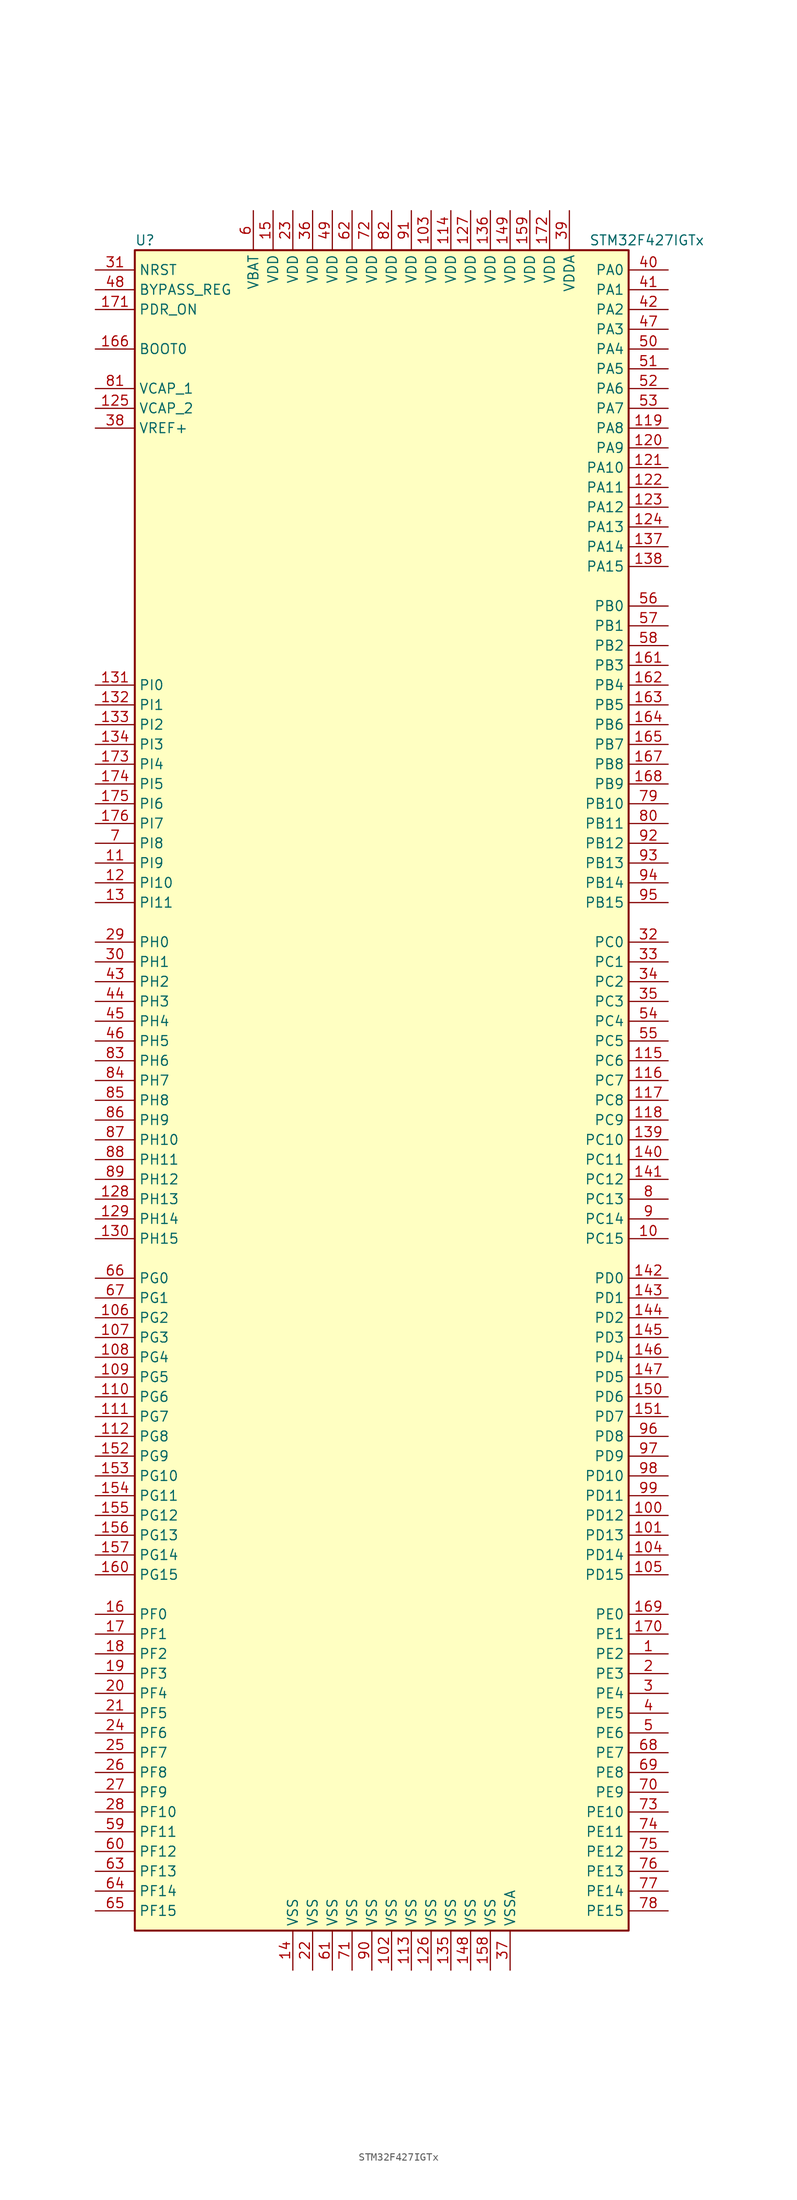
<source format=kicad_sym>
(kicad_symbol_lib
  (version 20201005)
  (generator kicad_symbol_editor)
  (symbol "STM32F427IGTx"
    (property "Reference" "U"
      (at -33.02 107.95 0)
      (effects (font (size 1.27 1.27)) (justify left)))
    (property "Value" "STM32F427IGTx"
      (at 25.4 107.95 0)
      (effects (font (size 1.27 1.27)) (justify left)))
    (symbol "STM32F427IGTx_0_1"
      (rectangle (start -33.02 -109.22) (end 30.48 106.68) (stroke (width 0.254)) (fill (type background))))
    (symbol "STM32F427IGTx_1_1"
      (pin input line (at -38.1 93.98 0) (length 5.08) (name "BOOT0" (effects (font (size 1.27 1.27)))) (number "166" (effects (font (size 1.27 1.27)))))
      (pin input line (at -38.1 101.6 0) (length 5.08) (name "BYPASS_REG" (effects (font (size 1.27 1.27)))) (number "48" (effects (font (size 1.27 1.27)))))
      (pin input line (at -38.1 104.14 0) (length 5.08) (name "NRST" (effects (font (size 1.27 1.27)))) (number "31" (effects (font (size 1.27 1.27)))))
      (pin bidirectional line (at 35.56 104.14 180) (length 5.08) (name "PA0" (effects (font (size 1.27 1.27)))) (number "40" (effects (font (size 1.27 1.27)))))
      (pin bidirectional line (at 35.56 101.6 180) (length 5.08) (name "PA1" (effects (font (size 1.27 1.27)))) (number "41" (effects (font (size 1.27 1.27)))))
      (pin bidirectional line (at 35.56 78.74 180) (length 5.08) (name "PA10" (effects (font (size 1.27 1.27)))) (number "121" (effects (font (size 1.27 1.27)))))
      (pin bidirectional line (at 35.56 76.2 180) (length 5.08) (name "PA11" (effects (font (size 1.27 1.27)))) (number "122" (effects (font (size 1.27 1.27)))))
      (pin bidirectional line (at 35.56 73.66 180) (length 5.08) (name "PA12" (effects (font (size 1.27 1.27)))) (number "123" (effects (font (size 1.27 1.27)))))
      (pin bidirectional line (at 35.56 71.12 180) (length 5.08) (name "PA13" (effects (font (size 1.27 1.27)))) (number "124" (effects (font (size 1.27 1.27)))))
      (pin bidirectional line (at 35.56 68.58 180) (length 5.08) (name "PA14" (effects (font (size 1.27 1.27)))) (number "137" (effects (font (size 1.27 1.27)))))
      (pin bidirectional line (at 35.56 66.04 180) (length 5.08) (name "PA15" (effects (font (size 1.27 1.27)))) (number "138" (effects (font (size 1.27 1.27)))))
      (pin bidirectional line (at 35.56 99.06 180) (length 5.08) (name "PA2" (effects (font (size 1.27 1.27)))) (number "42" (effects (font (size 1.27 1.27)))))
      (pin bidirectional line (at 35.56 96.52 180) (length 5.08) (name "PA3" (effects (font (size 1.27 1.27)))) (number "47" (effects (font (size 1.27 1.27)))))
      (pin bidirectional line (at 35.56 93.98 180) (length 5.08) (name "PA4" (effects (font (size 1.27 1.27)))) (number "50" (effects (font (size 1.27 1.27)))))
      (pin bidirectional line (at 35.56 91.44 180) (length 5.08) (name "PA5" (effects (font (size 1.27 1.27)))) (number "51" (effects (font (size 1.27 1.27)))))
      (pin bidirectional line (at 35.56 88.9 180) (length 5.08) (name "PA6" (effects (font (size 1.27 1.27)))) (number "52" (effects (font (size 1.27 1.27)))))
      (pin bidirectional line (at 35.56 86.36 180) (length 5.08) (name "PA7" (effects (font (size 1.27 1.27)))) (number "53" (effects (font (size 1.27 1.27)))))
      (pin bidirectional line (at 35.56 83.82 180) (length 5.08) (name "PA8" (effects (font (size 1.27 1.27)))) (number "119" (effects (font (size 1.27 1.27)))))
      (pin bidirectional line (at 35.56 81.28 180) (length 5.08) (name "PA9" (effects (font (size 1.27 1.27)))) (number "120" (effects (font (size 1.27 1.27)))))
      (pin bidirectional line (at 35.56 60.96 180) (length 5.08) (name "PB0" (effects (font (size 1.27 1.27)))) (number "56" (effects (font (size 1.27 1.27)))))
      (pin bidirectional line (at 35.56 58.42 180) (length 5.08) (name "PB1" (effects (font (size 1.27 1.27)))) (number "57" (effects (font (size 1.27 1.27)))))
      (pin bidirectional line (at 35.56 35.56 180) (length 5.08) (name "PB10" (effects (font (size 1.27 1.27)))) (number "79" (effects (font (size 1.27 1.27)))))
      (pin bidirectional line (at 35.56 33.02 180) (length 5.08) (name "PB11" (effects (font (size 1.27 1.27)))) (number "80" (effects (font (size 1.27 1.27)))))
      (pin bidirectional line (at 35.56 30.48 180) (length 5.08) (name "PB12" (effects (font (size 1.27 1.27)))) (number "92" (effects (font (size 1.27 1.27)))))
      (pin bidirectional line (at 35.56 27.94 180) (length 5.08) (name "PB13" (effects (font (size 1.27 1.27)))) (number "93" (effects (font (size 1.27 1.27)))))
      (pin bidirectional line (at 35.56 25.4 180) (length 5.08) (name "PB14" (effects (font (size 1.27 1.27)))) (number "94" (effects (font (size 1.27 1.27)))))
      (pin bidirectional line (at 35.56 22.86 180) (length 5.08) (name "PB15" (effects (font (size 1.27 1.27)))) (number "95" (effects (font (size 1.27 1.27)))))
      (pin bidirectional line (at 35.56 55.88 180) (length 5.08) (name "PB2" (effects (font (size 1.27 1.27)))) (number "58" (effects (font (size 1.27 1.27)))))
      (pin bidirectional line (at 35.56 53.34 180) (length 5.08) (name "PB3" (effects (font (size 1.27 1.27)))) (number "161" (effects (font (size 1.27 1.27)))))
      (pin bidirectional line (at 35.56 50.8 180) (length 5.08) (name "PB4" (effects (font (size 1.27 1.27)))) (number "162" (effects (font (size 1.27 1.27)))))
      (pin bidirectional line (at 35.56 48.26 180) (length 5.08) (name "PB5" (effects (font (size 1.27 1.27)))) (number "163" (effects (font (size 1.27 1.27)))))
      (pin bidirectional line (at 35.56 45.72 180) (length 5.08) (name "PB6" (effects (font (size 1.27 1.27)))) (number "164" (effects (font (size 1.27 1.27)))))
      (pin bidirectional line (at 35.56 43.18 180) (length 5.08) (name "PB7" (effects (font (size 1.27 1.27)))) (number "165" (effects (font (size 1.27 1.27)))))
      (pin bidirectional line (at 35.56 40.64 180) (length 5.08) (name "PB8" (effects (font (size 1.27 1.27)))) (number "167" (effects (font (size 1.27 1.27)))))
      (pin bidirectional line (at 35.56 38.1 180) (length 5.08) (name "PB9" (effects (font (size 1.27 1.27)))) (number "168" (effects (font (size 1.27 1.27)))))
      (pin bidirectional line (at 35.56 17.78 180) (length 5.08) (name "PC0" (effects (font (size 1.27 1.27)))) (number "32" (effects (font (size 1.27 1.27)))))
      (pin bidirectional line (at 35.56 15.24 180) (length 5.08) (name "PC1" (effects (font (size 1.27 1.27)))) (number "33" (effects (font (size 1.27 1.27)))))
      (pin bidirectional line (at 35.56 -7.62 180) (length 5.08) (name "PC10" (effects (font (size 1.27 1.27)))) (number "139" (effects (font (size 1.27 1.27)))))
      (pin bidirectional line (at 35.56 -10.16 180) (length 5.08) (name "PC11" (effects (font (size 1.27 1.27)))) (number "140" (effects (font (size 1.27 1.27)))))
      (pin bidirectional line (at 35.56 -12.7 180) (length 5.08) (name "PC12" (effects (font (size 1.27 1.27)))) (number "141" (effects (font (size 1.27 1.27)))))
      (pin bidirectional line (at 35.56 -15.24 180) (length 5.08) (name "PC13" (effects (font (size 1.27 1.27)))) (number "8" (effects (font (size 1.27 1.27)))))
      (pin bidirectional line (at 35.56 -17.78 180) (length 5.08) (name "PC14" (effects (font (size 1.27 1.27)))) (number "9" (effects (font (size 1.27 1.27)))))
      (pin bidirectional line (at 35.56 -20.32 180) (length 5.08) (name "PC15" (effects (font (size 1.27 1.27)))) (number "10" (effects (font (size 1.27 1.27)))))
      (pin bidirectional line (at 35.56 12.7 180) (length 5.08) (name "PC2" (effects (font (size 1.27 1.27)))) (number "34" (effects (font (size 1.27 1.27)))))
      (pin bidirectional line (at 35.56 10.16 180) (length 5.08) (name "PC3" (effects (font (size 1.27 1.27)))) (number "35" (effects (font (size 1.27 1.27)))))
      (pin bidirectional line (at 35.56 7.62 180) (length 5.08) (name "PC4" (effects (font (size 1.27 1.27)))) (number "54" (effects (font (size 1.27 1.27)))))
      (pin bidirectional line (at 35.56 5.08 180) (length 5.08) (name "PC5" (effects (font (size 1.27 1.27)))) (number "55" (effects (font (size 1.27 1.27)))))
      (pin bidirectional line (at 35.56 2.54 180) (length 5.08) (name "PC6" (effects (font (size 1.27 1.27)))) (number "115" (effects (font (size 1.27 1.27)))))
      (pin bidirectional line (at 35.56 0 180) (length 5.08) (name "PC7" (effects (font (size 1.27 1.27)))) (number "116" (effects (font (size 1.27 1.27)))))
      (pin bidirectional line (at 35.56 -2.54 180) (length 5.08) (name "PC8" (effects (font (size 1.27 1.27)))) (number "117" (effects (font (size 1.27 1.27)))))
      (pin bidirectional line (at 35.56 -5.08 180) (length 5.08) (name "PC9" (effects (font (size 1.27 1.27)))) (number "118" (effects (font (size 1.27 1.27)))))
      (pin bidirectional line (at 35.56 -25.4 180) (length 5.08) (name "PD0" (effects (font (size 1.27 1.27)))) (number "142" (effects (font (size 1.27 1.27)))))
      (pin bidirectional line (at 35.56 -27.94 180) (length 5.08) (name "PD1" (effects (font (size 1.27 1.27)))) (number "143" (effects (font (size 1.27 1.27)))))
      (pin bidirectional line (at 35.56 -50.8 180) (length 5.08) (name "PD10" (effects (font (size 1.27 1.27)))) (number "98" (effects (font (size 1.27 1.27)))))
      (pin bidirectional line (at 35.56 -53.34 180) (length 5.08) (name "PD11" (effects (font (size 1.27 1.27)))) (number "99" (effects (font (size 1.27 1.27)))))
      (pin bidirectional line (at 35.56 -55.88 180) (length 5.08) (name "PD12" (effects (font (size 1.27 1.27)))) (number "100" (effects (font (size 1.27 1.27)))))
      (pin bidirectional line (at 35.56 -58.42 180) (length 5.08) (name "PD13" (effects (font (size 1.27 1.27)))) (number "101" (effects (font (size 1.27 1.27)))))
      (pin bidirectional line (at 35.56 -60.96 180) (length 5.08) (name "PD14" (effects (font (size 1.27 1.27)))) (number "104" (effects (font (size 1.27 1.27)))))
      (pin bidirectional line (at 35.56 -63.5 180) (length 5.08) (name "PD15" (effects (font (size 1.27 1.27)))) (number "105" (effects (font (size 1.27 1.27)))))
      (pin bidirectional line (at 35.56 -30.48 180) (length 5.08) (name "PD2" (effects (font (size 1.27 1.27)))) (number "144" (effects (font (size 1.27 1.27)))))
      (pin bidirectional line (at 35.56 -33.02 180) (length 5.08) (name "PD3" (effects (font (size 1.27 1.27)))) (number "145" (effects (font (size 1.27 1.27)))))
      (pin bidirectional line (at 35.56 -35.56 180) (length 5.08) (name "PD4" (effects (font (size 1.27 1.27)))) (number "146" (effects (font (size 1.27 1.27)))))
      (pin bidirectional line (at 35.56 -38.1 180) (length 5.08) (name "PD5" (effects (font (size 1.27 1.27)))) (number "147" (effects (font (size 1.27 1.27)))))
      (pin bidirectional line (at 35.56 -40.64 180) (length 5.08) (name "PD6" (effects (font (size 1.27 1.27)))) (number "150" (effects (font (size 1.27 1.27)))))
      (pin bidirectional line (at 35.56 -43.18 180) (length 5.08) (name "PD7" (effects (font (size 1.27 1.27)))) (number "151" (effects (font (size 1.27 1.27)))))
      (pin bidirectional line (at 35.56 -45.72 180) (length 5.08) (name "PD8" (effects (font (size 1.27 1.27)))) (number "96" (effects (font (size 1.27 1.27)))))
      (pin bidirectional line (at 35.56 -48.26 180) (length 5.08) (name "PD9" (effects (font (size 1.27 1.27)))) (number "97" (effects (font (size 1.27 1.27)))))
      (pin input line (at -38.1 99.06 0) (length 5.08) (name "PDR_ON" (effects (font (size 1.27 1.27)))) (number "171" (effects (font (size 1.27 1.27)))))
      (pin bidirectional line (at 35.56 -68.58 180) (length 5.08) (name "PE0" (effects (font (size 1.27 1.27)))) (number "169" (effects (font (size 1.27 1.27)))))
      (pin bidirectional line (at 35.56 -71.12 180) (length 5.08) (name "PE1" (effects (font (size 1.27 1.27)))) (number "170" (effects (font (size 1.27 1.27)))))
      (pin bidirectional line (at 35.56 -93.98 180) (length 5.08) (name "PE10" (effects (font (size 1.27 1.27)))) (number "73" (effects (font (size 1.27 1.27)))))
      (pin bidirectional line (at 35.56 -96.52 180) (length 5.08) (name "PE11" (effects (font (size 1.27 1.27)))) (number "74" (effects (font (size 1.27 1.27)))))
      (pin bidirectional line (at 35.56 -99.06 180) (length 5.08) (name "PE12" (effects (font (size 1.27 1.27)))) (number "75" (effects (font (size 1.27 1.27)))))
      (pin bidirectional line (at 35.56 -101.6 180) (length 5.08) (name "PE13" (effects (font (size 1.27 1.27)))) (number "76" (effects (font (size 1.27 1.27)))))
      (pin bidirectional line (at 35.56 -104.14 180) (length 5.08) (name "PE14" (effects (font (size 1.27 1.27)))) (number "77" (effects (font (size 1.27 1.27)))))
      (pin bidirectional line (at 35.56 -106.68 180) (length 5.08) (name "PE15" (effects (font (size 1.27 1.27)))) (number "78" (effects (font (size 1.27 1.27)))))
      (pin bidirectional line (at 35.56 -73.66 180) (length 5.08) (name "PE2" (effects (font (size 1.27 1.27)))) (number "1" (effects (font (size 1.27 1.27)))))
      (pin bidirectional line (at 35.56 -76.2 180) (length 5.08) (name "PE3" (effects (font (size 1.27 1.27)))) (number "2" (effects (font (size 1.27 1.27)))))
      (pin bidirectional line (at 35.56 -78.74 180) (length 5.08) (name "PE4" (effects (font (size 1.27 1.27)))) (number "3" (effects (font (size 1.27 1.27)))))
      (pin bidirectional line (at 35.56 -81.28 180) (length 5.08) (name "PE5" (effects (font (size 1.27 1.27)))) (number "4" (effects (font (size 1.27 1.27)))))
      (pin bidirectional line (at 35.56 -83.82 180) (length 5.08) (name "PE6" (effects (font (size 1.27 1.27)))) (number "5" (effects (font (size 1.27 1.27)))))
      (pin bidirectional line (at 35.56 -86.36 180) (length 5.08) (name "PE7" (effects (font (size 1.27 1.27)))) (number "68" (effects (font (size 1.27 1.27)))))
      (pin bidirectional line (at 35.56 -88.9 180) (length 5.08) (name "PE8" (effects (font (size 1.27 1.27)))) (number "69" (effects (font (size 1.27 1.27)))))
      (pin bidirectional line (at 35.56 -91.44 180) (length 5.08) (name "PE9" (effects (font (size 1.27 1.27)))) (number "70" (effects (font (size 1.27 1.27)))))
      (pin bidirectional line (at -38.1 -68.58 0) (length 5.08) (name "PF0" (effects (font (size 1.27 1.27)))) (number "16" (effects (font (size 1.27 1.27)))))
      (pin bidirectional line (at -38.1 -71.12 0) (length 5.08) (name "PF1" (effects (font (size 1.27 1.27)))) (number "17" (effects (font (size 1.27 1.27)))))
      (pin bidirectional line (at -38.1 -93.98 0) (length 5.08) (name "PF10" (effects (font (size 1.27 1.27)))) (number "28" (effects (font (size 1.27 1.27)))))
      (pin bidirectional line (at -38.1 -96.52 0) (length 5.08) (name "PF11" (effects (font (size 1.27 1.27)))) (number "59" (effects (font (size 1.27 1.27)))))
      (pin bidirectional line (at -38.1 -99.06 0) (length 5.08) (name "PF12" (effects (font (size 1.27 1.27)))) (number "60" (effects (font (size 1.27 1.27)))))
      (pin bidirectional line (at -38.1 -101.6 0) (length 5.08) (name "PF13" (effects (font (size 1.27 1.27)))) (number "63" (effects (font (size 1.27 1.27)))))
      (pin bidirectional line (at -38.1 -104.14 0) (length 5.08) (name "PF14" (effects (font (size 1.27 1.27)))) (number "64" (effects (font (size 1.27 1.27)))))
      (pin bidirectional line (at -38.1 -106.68 0) (length 5.08) (name "PF15" (effects (font (size 1.27 1.27)))) (number "65" (effects (font (size 1.27 1.27)))))
      (pin bidirectional line (at -38.1 -73.66 0) (length 5.08) (name "PF2" (effects (font (size 1.27 1.27)))) (number "18" (effects (font (size 1.27 1.27)))))
      (pin bidirectional line (at -38.1 -76.2 0) (length 5.08) (name "PF3" (effects (font (size 1.27 1.27)))) (number "19" (effects (font (size 1.27 1.27)))))
      (pin bidirectional line (at -38.1 -78.74 0) (length 5.08) (name "PF4" (effects (font (size 1.27 1.27)))) (number "20" (effects (font (size 1.27 1.27)))))
      (pin bidirectional line (at -38.1 -81.28 0) (length 5.08) (name "PF5" (effects (font (size 1.27 1.27)))) (number "21" (effects (font (size 1.27 1.27)))))
      (pin bidirectional line (at -38.1 -83.82 0) (length 5.08) (name "PF6" (effects (font (size 1.27 1.27)))) (number "24" (effects (font (size 1.27 1.27)))))
      (pin bidirectional line (at -38.1 -86.36 0) (length 5.08) (name "PF7" (effects (font (size 1.27 1.27)))) (number "25" (effects (font (size 1.27 1.27)))))
      (pin bidirectional line (at -38.1 -88.9 0) (length 5.08) (name "PF8" (effects (font (size 1.27 1.27)))) (number "26" (effects (font (size 1.27 1.27)))))
      (pin bidirectional line (at -38.1 -91.44 0) (length 5.08) (name "PF9" (effects (font (size 1.27 1.27)))) (number "27" (effects (font (size 1.27 1.27)))))
      (pin bidirectional line (at -38.1 -25.4 0) (length 5.08) (name "PG0" (effects (font (size 1.27 1.27)))) (number "66" (effects (font (size 1.27 1.27)))))
      (pin bidirectional line (at -38.1 -27.94 0) (length 5.08) (name "PG1" (effects (font (size 1.27 1.27)))) (number "67" (effects (font (size 1.27 1.27)))))
      (pin bidirectional line (at -38.1 -50.8 0) (length 5.08) (name "PG10" (effects (font (size 1.27 1.27)))) (number "153" (effects (font (size 1.27 1.27)))))
      (pin bidirectional line (at -38.1 -53.34 0) (length 5.08) (name "PG11" (effects (font (size 1.27 1.27)))) (number "154" (effects (font (size 1.27 1.27)))))
      (pin bidirectional line (at -38.1 -55.88 0) (length 5.08) (name "PG12" (effects (font (size 1.27 1.27)))) (number "155" (effects (font (size 1.27 1.27)))))
      (pin bidirectional line (at -38.1 -58.42 0) (length 5.08) (name "PG13" (effects (font (size 1.27 1.27)))) (number "156" (effects (font (size 1.27 1.27)))))
      (pin bidirectional line (at -38.1 -60.96 0) (length 5.08) (name "PG14" (effects (font (size 1.27 1.27)))) (number "157" (effects (font (size 1.27 1.27)))))
      (pin bidirectional line (at -38.1 -63.5 0) (length 5.08) (name "PG15" (effects (font (size 1.27 1.27)))) (number "160" (effects (font (size 1.27 1.27)))))
      (pin bidirectional line (at -38.1 -30.48 0) (length 5.08) (name "PG2" (effects (font (size 1.27 1.27)))) (number "106" (effects (font (size 1.27 1.27)))))
      (pin bidirectional line (at -38.1 -33.02 0) (length 5.08) (name "PG3" (effects (font (size 1.27 1.27)))) (number "107" (effects (font (size 1.27 1.27)))))
      (pin bidirectional line (at -38.1 -35.56 0) (length 5.08) (name "PG4" (effects (font (size 1.27 1.27)))) (number "108" (effects (font (size 1.27 1.27)))))
      (pin bidirectional line (at -38.1 -38.1 0) (length 5.08) (name "PG5" (effects (font (size 1.27 1.27)))) (number "109" (effects (font (size 1.27 1.27)))))
      (pin bidirectional line (at -38.1 -40.64 0) (length 5.08) (name "PG6" (effects (font (size 1.27 1.27)))) (number "110" (effects (font (size 1.27 1.27)))))
      (pin bidirectional line (at -38.1 -43.18 0) (length 5.08) (name "PG7" (effects (font (size 1.27 1.27)))) (number "111" (effects (font (size 1.27 1.27)))))
      (pin bidirectional line (at -38.1 -45.72 0) (length 5.08) (name "PG8" (effects (font (size 1.27 1.27)))) (number "112" (effects (font (size 1.27 1.27)))))
      (pin bidirectional line (at -38.1 -48.26 0) (length 5.08) (name "PG9" (effects (font (size 1.27 1.27)))) (number "152" (effects (font (size 1.27 1.27)))))
      (pin input line (at -38.1 17.78 0) (length 5.08) (name "PH0" (effects (font (size 1.27 1.27)))) (number "29" (effects (font (size 1.27 1.27)))))
      (pin input line (at -38.1 15.24 0) (length 5.08) (name "PH1" (effects (font (size 1.27 1.27)))) (number "30" (effects (font (size 1.27 1.27)))))
      (pin bidirectional line (at -38.1 -7.62 0) (length 5.08) (name "PH10" (effects (font (size 1.27 1.27)))) (number "87" (effects (font (size 1.27 1.27)))))
      (pin bidirectional line (at -38.1 -10.16 0) (length 5.08) (name "PH11" (effects (font (size 1.27 1.27)))) (number "88" (effects (font (size 1.27 1.27)))))
      (pin bidirectional line (at -38.1 -12.7 0) (length 5.08) (name "PH12" (effects (font (size 1.27 1.27)))) (number "89" (effects (font (size 1.27 1.27)))))
      (pin bidirectional line (at -38.1 -15.24 0) (length 5.08) (name "PH13" (effects (font (size 1.27 1.27)))) (number "128" (effects (font (size 1.27 1.27)))))
      (pin bidirectional line (at -38.1 -17.78 0) (length 5.08) (name "PH14" (effects (font (size 1.27 1.27)))) (number "129" (effects (font (size 1.27 1.27)))))
      (pin bidirectional line (at -38.1 -20.32 0) (length 5.08) (name "PH15" (effects (font (size 1.27 1.27)))) (number "130" (effects (font (size 1.27 1.27)))))
      (pin bidirectional line (at -38.1 12.7 0) (length 5.08) (name "PH2" (effects (font (size 1.27 1.27)))) (number "43" (effects (font (size 1.27 1.27)))))
      (pin bidirectional line (at -38.1 10.16 0) (length 5.08) (name "PH3" (effects (font (size 1.27 1.27)))) (number "44" (effects (font (size 1.27 1.27)))))
      (pin bidirectional line (at -38.1 7.62 0) (length 5.08) (name "PH4" (effects (font (size 1.27 1.27)))) (number "45" (effects (font (size 1.27 1.27)))))
      (pin bidirectional line (at -38.1 5.08 0) (length 5.08) (name "PH5" (effects (font (size 1.27 1.27)))) (number "46" (effects (font (size 1.27 1.27)))))
      (pin bidirectional line (at -38.1 2.54 0) (length 5.08) (name "PH6" (effects (font (size 1.27 1.27)))) (number "83" (effects (font (size 1.27 1.27)))))
      (pin bidirectional line (at -38.1 0 0) (length 5.08) (name "PH7" (effects (font (size 1.27 1.27)))) (number "84" (effects (font (size 1.27 1.27)))))
      (pin bidirectional line (at -38.1 -2.54 0) (length 5.08) (name "PH8" (effects (font (size 1.27 1.27)))) (number "85" (effects (font (size 1.27 1.27)))))
      (pin bidirectional line (at -38.1 -5.08 0) (length 5.08) (name "PH9" (effects (font (size 1.27 1.27)))) (number "86" (effects (font (size 1.27 1.27)))))
      (pin bidirectional line (at -38.1 50.8 0) (length 5.08) (name "PI0" (effects (font (size 1.27 1.27)))) (number "131" (effects (font (size 1.27 1.27)))))
      (pin bidirectional line (at -38.1 48.26 0) (length 5.08) (name "PI1" (effects (font (size 1.27 1.27)))) (number "132" (effects (font (size 1.27 1.27)))))
      (pin bidirectional line (at -38.1 25.4 0) (length 5.08) (name "PI10" (effects (font (size 1.27 1.27)))) (number "12" (effects (font (size 1.27 1.27)))))
      (pin bidirectional line (at -38.1 22.86 0) (length 5.08) (name "PI11" (effects (font (size 1.27 1.27)))) (number "13" (effects (font (size 1.27 1.27)))))
      (pin bidirectional line (at -38.1 45.72 0) (length 5.08) (name "PI2" (effects (font (size 1.27 1.27)))) (number "133" (effects (font (size 1.27 1.27)))))
      (pin bidirectional line (at -38.1 43.18 0) (length 5.08) (name "PI3" (effects (font (size 1.27 1.27)))) (number "134" (effects (font (size 1.27 1.27)))))
      (pin bidirectional line (at -38.1 40.64 0) (length 5.08) (name "PI4" (effects (font (size 1.27 1.27)))) (number "173" (effects (font (size 1.27 1.27)))))
      (pin bidirectional line (at -38.1 38.1 0) (length 5.08) (name "PI5" (effects (font (size 1.27 1.27)))) (number "174" (effects (font (size 1.27 1.27)))))
      (pin bidirectional line (at -38.1 35.56 0) (length 5.08) (name "PI6" (effects (font (size 1.27 1.27)))) (number "175" (effects (font (size 1.27 1.27)))))
      (pin bidirectional line (at -38.1 33.02 0) (length 5.08) (name "PI7" (effects (font (size 1.27 1.27)))) (number "176" (effects (font (size 1.27 1.27)))))
      (pin bidirectional line (at -38.1 30.48 0) (length 5.08) (name "PI8" (effects (font (size 1.27 1.27)))) (number "7" (effects (font (size 1.27 1.27)))))
      (pin bidirectional line (at -38.1 27.94 0) (length 5.08) (name "PI9" (effects (font (size 1.27 1.27)))) (number "11" (effects (font (size 1.27 1.27)))))
      (pin power_in line (at -17.78 111.76 270) (length 5.08) (name "VBAT" (effects (font (size 1.27 1.27)))) (number "6" (effects (font (size 1.27 1.27)))))
      (pin power_in line (at -38.1 88.9 0) (length 5.08) (name "VCAP_1" (effects (font (size 1.27 1.27)))) (number "81" (effects (font (size 1.27 1.27)))))
      (pin power_in line (at -38.1 86.36 0) (length 5.08) (name "VCAP_2" (effects (font (size 1.27 1.27)))) (number "125" (effects (font (size 1.27 1.27)))))
      (pin power_in line (at 5.08 111.76 270) (length 5.08) (name "VDD" (effects (font (size 1.27 1.27)))) (number "103" (effects (font (size 1.27 1.27)))))
      (pin power_in line (at 7.62 111.76 270) (length 5.08) (name "VDD" (effects (font (size 1.27 1.27)))) (number "114" (effects (font (size 1.27 1.27)))))
      (pin power_in line (at 10.16 111.76 270) (length 5.08) (name "VDD" (effects (font (size 1.27 1.27)))) (number "127" (effects (font (size 1.27 1.27)))))
      (pin power_in line (at 12.7 111.76 270) (length 5.08) (name "VDD" (effects (font (size 1.27 1.27)))) (number "136" (effects (font (size 1.27 1.27)))))
      (pin power_in line (at 15.24 111.76 270) (length 5.08) (name "VDD" (effects (font (size 1.27 1.27)))) (number "149" (effects (font (size 1.27 1.27)))))
      (pin power_in line (at -15.24 111.76 270) (length 5.08) (name "VDD" (effects (font (size 1.27 1.27)))) (number "15" (effects (font (size 1.27 1.27)))))
      (pin power_in line (at 17.78 111.76 270) (length 5.08) (name "VDD" (effects (font (size 1.27 1.27)))) (number "159" (effects (font (size 1.27 1.27)))))
      (pin power_in line (at 20.32 111.76 270) (length 5.08) (name "VDD" (effects (font (size 1.27 1.27)))) (number "172" (effects (font (size 1.27 1.27)))))
      (pin power_in line (at -12.7 111.76 270) (length 5.08) (name "VDD" (effects (font (size 1.27 1.27)))) (number "23" (effects (font (size 1.27 1.27)))))
      (pin power_in line (at -10.16 111.76 270) (length 5.08) (name "VDD" (effects (font (size 1.27 1.27)))) (number "36" (effects (font (size 1.27 1.27)))))
      (pin power_in line (at -7.62 111.76 270) (length 5.08) (name "VDD" (effects (font (size 1.27 1.27)))) (number "49" (effects (font (size 1.27 1.27)))))
      (pin power_in line (at -5.08 111.76 270) (length 5.08) (name "VDD" (effects (font (size 1.27 1.27)))) (number "62" (effects (font (size 1.27 1.27)))))
      (pin power_in line (at -2.54 111.76 270) (length 5.08) (name "VDD" (effects (font (size 1.27 1.27)))) (number "72" (effects (font (size 1.27 1.27)))))
      (pin power_in line (at 0 111.76 270) (length 5.08) (name "VDD" (effects (font (size 1.27 1.27)))) (number "82" (effects (font (size 1.27 1.27)))))
      (pin power_in line (at 2.54 111.76 270) (length 5.08) (name "VDD" (effects (font (size 1.27 1.27)))) (number "91" (effects (font (size 1.27 1.27)))))
      (pin power_in line (at 22.86 111.76 270) (length 5.08) (name "VDDA" (effects (font (size 1.27 1.27)))) (number "39" (effects (font (size 1.27 1.27)))))
      (pin power_in line (at -38.1 83.82 0) (length 5.08) (name "VREF+" (effects (font (size 1.27 1.27)))) (number "38" (effects (font (size 1.27 1.27)))))
      (pin power_in line (at 0 -114.3 90) (length 5.08) (name "VSS" (effects (font (size 1.27 1.27)))) (number "102" (effects (font (size 1.27 1.27)))))
      (pin power_in line (at 2.54 -114.3 90) (length 5.08) (name "VSS" (effects (font (size 1.27 1.27)))) (number "113" (effects (font (size 1.27 1.27)))))
      (pin power_in line (at 5.08 -114.3 90) (length 5.08) (name "VSS" (effects (font (size 1.27 1.27)))) (number "126" (effects (font (size 1.27 1.27)))))
      (pin power_in line (at 7.62 -114.3 90) (length 5.08) (name "VSS" (effects (font (size 1.27 1.27)))) (number "135" (effects (font (size 1.27 1.27)))))
      (pin power_in line (at -12.7 -114.3 90) (length 5.08) (name "VSS" (effects (font (size 1.27 1.27)))) (number "14" (effects (font (size 1.27 1.27)))))
      (pin power_in line (at 10.16 -114.3 90) (length 5.08) (name "VSS" (effects (font (size 1.27 1.27)))) (number "148" (effects (font (size 1.27 1.27)))))
      (pin power_in line (at 12.7 -114.3 90) (length 5.08) (name "VSS" (effects (font (size 1.27 1.27)))) (number "158" (effects (font (size 1.27 1.27)))))
      (pin power_in line (at -10.16 -114.3 90) (length 5.08) (name "VSS" (effects (font (size 1.27 1.27)))) (number "22" (effects (font (size 1.27 1.27)))))
      (pin power_in line (at -7.62 -114.3 90) (length 5.08) (name "VSS" (effects (font (size 1.27 1.27)))) (number "61" (effects (font (size 1.27 1.27)))))
      (pin power_in line (at -5.08 -114.3 90) (length 5.08) (name "VSS" (effects (font (size 1.27 1.27)))) (number "71" (effects (font (size 1.27 1.27)))))
      (pin power_in line (at -2.54 -114.3 90) (length 5.08) (name "VSS" (effects (font (size 1.27 1.27)))) (number "90" (effects (font (size 1.27 1.27)))))
      (pin power_in line (at 15.24 -114.3 90) (length 5.08) (name "VSSA" (effects (font (size 1.27 1.27)))) (number "37" (effects (font (size 1.27 1.27))))))))
</source>
